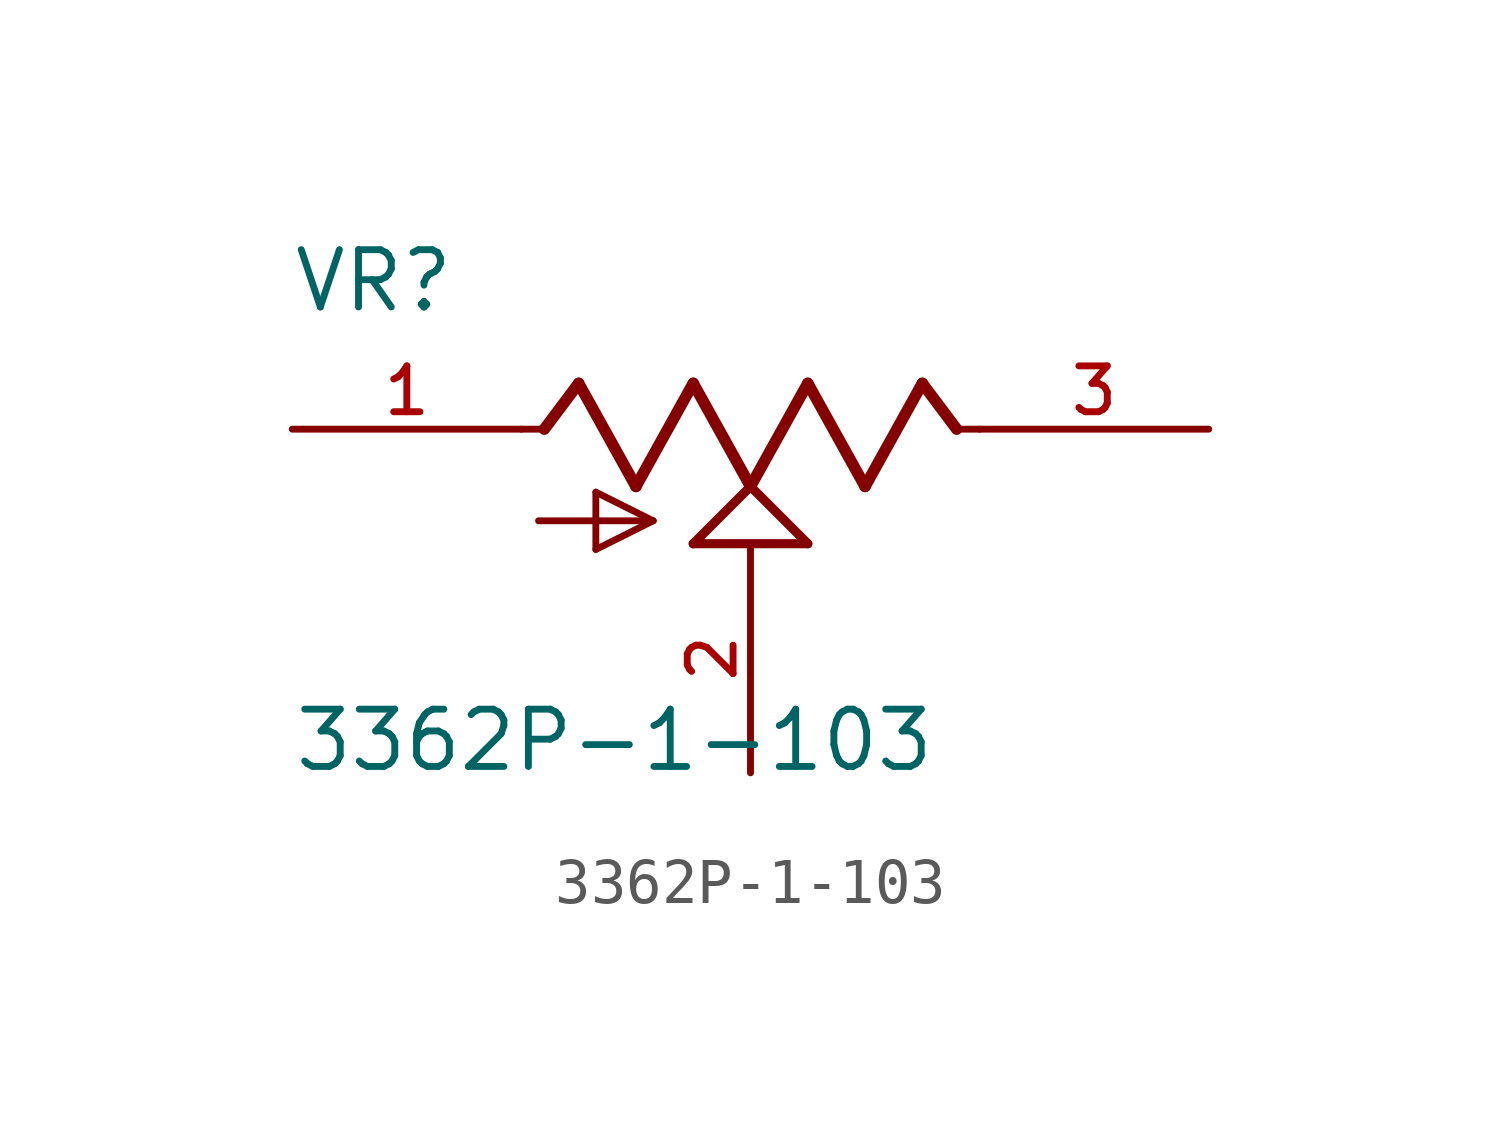
<source format=kicad_sym>
(kicad_symbol_lib
  (version 20211014)
  (generator kicad_symbol_editor)
  (symbol "3362P-1-103"
    (pin_names
      (offset 1.016))
    (property "Reference" "VR"
      (at -10.182 2.546 0)
      (effects (font (size 1.27 1.27)) (justify bottom left)))
    (property "Value" "3362P-1-103"
      (at -10.165 -7.642 0)
      (effects (font (size 1.27 1.27)) (justify bottom left)))
    (symbol "3362P-1-103_0_0"
      (polyline (pts (xy -5.08 0.0) (xy -4.572 0.0)) (stroke (width 0.152)))
      (polyline (pts (xy -4.572 0.0) (xy -3.81 1.016)) (stroke (width 0.254)))
      (polyline (pts (xy -3.81 1.016) (xy -2.54 -1.27)) (stroke (width 0.254)))
      (polyline (pts (xy -2.54 -1.27) (xy -1.27 1.016)) (stroke (width 0.254)))
      (polyline (pts (xy -1.27 1.016) (xy 0.0 -1.27)) (stroke (width 0.254)))
      (polyline (pts (xy 0.0 -1.27) (xy 1.27 1.016)) (stroke (width 0.254)))
      (polyline (pts (xy 1.27 1.016) (xy 2.54 -1.27)) (stroke (width 0.254)))
      (polyline (pts (xy 2.54 -1.27) (xy 3.81 1.016)) (stroke (width 0.254)))
      (polyline (pts (xy 3.81 1.016) (xy 4.572 0.0)) (stroke (width 0.254)))
      (polyline (pts (xy 4.572 0.0) (xy 5.08 0.0)) (stroke (width 0.152)))
      (polyline (pts (xy 0.0 -1.27) (xy 1.27 -2.54)) (stroke (width 0.203)))
      (polyline (pts (xy -1.27 -2.54) (xy 0.0 -1.27)) (stroke (width 0.203)))
      (polyline (pts (xy 1.27 -2.54) (xy -1.27 -2.54)) (stroke (width 0.203)))
      (polyline (pts (xy -4.699 -2.032) (xy -2.159 -2.032)) (stroke (width 0.152)))
      (polyline (pts (xy -2.159 -2.032) (xy -3.429 -2.667)) (stroke (width 0.152)))
      (polyline (pts (xy -3.429 -2.667) (xy -3.429 -1.397)) (stroke (width 0.152)))
      (polyline (pts (xy -3.429 -1.397) (xy -2.159 -2.032)) (stroke (width 0.152)))
      (pin passive line (at -10.16 0.0 0) (length 5.08) (name "~" (effects (font (size 1.016 1.016)))) (number "1" (effects (font (size 1.016 1.016)))))
      (pin passive line (at 0.0 -7.62 90.0) (length 5.08) (name "~" (effects (font (size 1.016 1.016)))) (number "2" (effects (font (size 1.016 1.016)))))
      (pin passive line (at 10.16 0.0 180.0) (length 5.08) (name "~" (effects (font (size 1.016 1.016)))) (number "3" (effects (font (size 1.016 1.016))))))))
</source>
